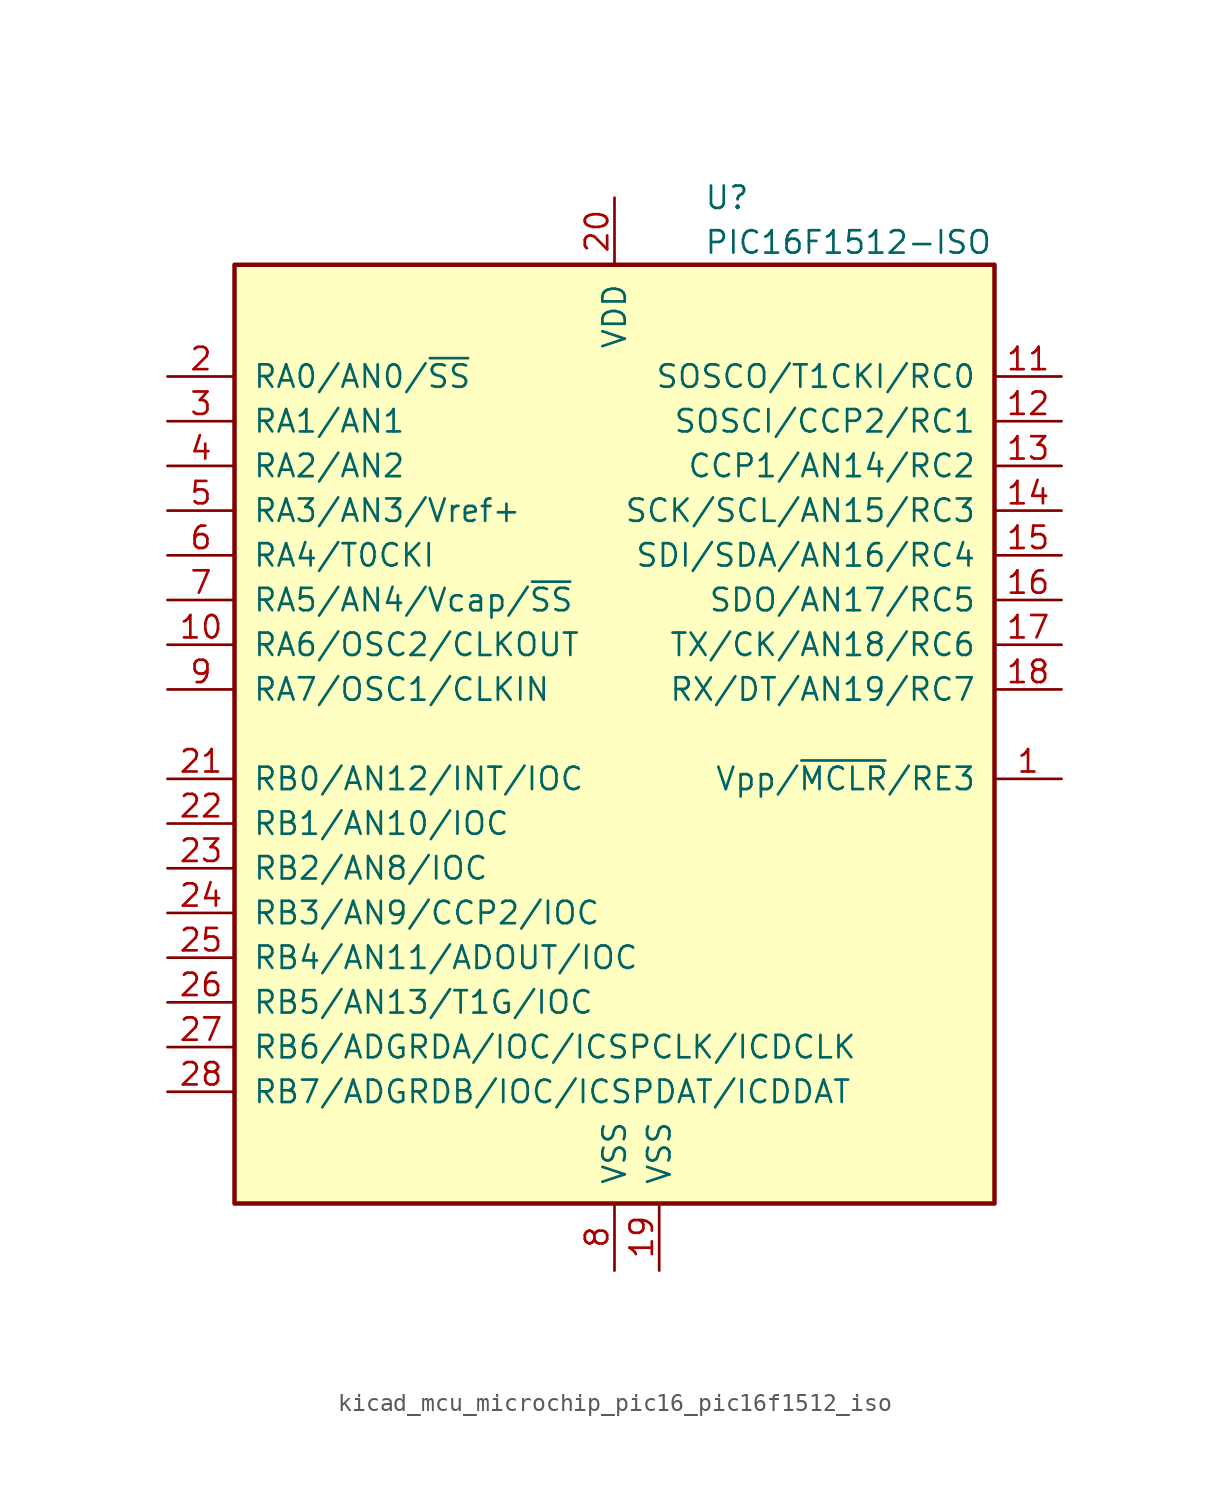
<source format=kicad_sym>
(kicad_symbol_lib
  (version 20220914)
  (generator kicad_symbol_editor)
  (symbol "kicad_mcu_microchip_pic16_pic16f1512_iso"
    (pin_names
      (offset 1.016))
    (property "Reference" "U"
      (at 5.08 30.48 0)
      (effects (font (size 1.27 1.27)) (justify left)))
    (property "Value" "PIC16F1512-ISO"
      (at 5.08 27.94 0)
      (effects (font (size 1.27 1.27)) (justify left)))
    (symbol "kicad_mcu_microchip_pic16_pic16f1512_iso_0_1"
      (rectangle (start -21.59 26.67) (end 21.59 -26.67) (stroke (width 0.254) (type default)) (fill (type background))))
    (symbol "kicad_mcu_microchip_pic16_pic16f1512_iso_1_1"
      (pin input line (at 25.4 -2.54 180) (length 3.81) (name "Vpp/~{MCLR}/RE3" (effects (font (size 1.27 1.27)))) (number "1" (effects (font (size 1.27 1.27)))))
      (pin bidirectional line (at -25.4 5.08 0) (length 3.81) (name "RA6/OSC2/CLKOUT" (effects (font (size 1.27 1.27)))) (number "10" (effects (font (size 1.27 1.27)))))
      (pin bidirectional line (at 25.4 20.32 180) (length 3.81) (name "SOSCO/T1CKI/RC0" (effects (font (size 1.27 1.27)))) (number "11" (effects (font (size 1.27 1.27)))))
      (pin bidirectional line (at 25.4 17.78 180) (length 3.81) (name "SOSCI/CCP2/RC1" (effects (font (size 1.27 1.27)))) (number "12" (effects (font (size 1.27 1.27)))))
      (pin bidirectional line (at 25.4 15.24 180) (length 3.81) (name "CCP1/AN14/RC2" (effects (font (size 1.27 1.27)))) (number "13" (effects (font (size 1.27 1.27)))))
      (pin bidirectional line (at 25.4 12.7 180) (length 3.81) (name "SCK/SCL/AN15/RC3" (effects (font (size 1.27 1.27)))) (number "14" (effects (font (size 1.27 1.27)))))
      (pin bidirectional line (at 25.4 10.16 180) (length 3.81) (name "SDI/SDA/AN16/RC4" (effects (font (size 1.27 1.27)))) (number "15" (effects (font (size 1.27 1.27)))))
      (pin bidirectional line (at 25.4 7.62 180) (length 3.81) (name "SDO/AN17/RC5" (effects (font (size 1.27 1.27)))) (number "16" (effects (font (size 1.27 1.27)))))
      (pin bidirectional line (at 25.4 5.08 180) (length 3.81) (name "TX/CK/AN18/RC6" (effects (font (size 1.27 1.27)))) (number "17" (effects (font (size 1.27 1.27)))))
      (pin bidirectional line (at 25.4 2.54 180) (length 3.81) (name "RX/DT/AN19/RC7" (effects (font (size 1.27 1.27)))) (number "18" (effects (font (size 1.27 1.27)))))
      (pin power_in line (at 2.54 -30.48 90) (length 3.81) (name "VSS" (effects (font (size 1.27 1.27)))) (number "19" (effects (font (size 1.27 1.27)))))
      (pin bidirectional line (at -25.4 20.32 0) (length 3.81) (name "RA0/AN0/~{SS}" (effects (font (size 1.27 1.27)))) (number "2" (effects (font (size 1.27 1.27)))))
      (pin power_in line (at 0 30.48 270) (length 3.81) (name "VDD" (effects (font (size 1.27 1.27)))) (number "20" (effects (font (size 1.27 1.27)))))
      (pin bidirectional line (at -25.4 -2.54 0) (length 3.81) (name "RB0/AN12/INT/IOC" (effects (font (size 1.27 1.27)))) (number "21" (effects (font (size 1.27 1.27)))))
      (pin bidirectional line (at -25.4 -5.08 0) (length 3.81) (name "RB1/AN10/IOC" (effects (font (size 1.27 1.27)))) (number "22" (effects (font (size 1.27 1.27)))))
      (pin bidirectional line (at -25.4 -7.62 0) (length 3.81) (name "RB2/AN8/IOC" (effects (font (size 1.27 1.27)))) (number "23" (effects (font (size 1.27 1.27)))))
      (pin bidirectional line (at -25.4 -10.16 0) (length 3.81) (name "RB3/AN9/CCP2/IOC" (effects (font (size 1.27 1.27)))) (number "24" (effects (font (size 1.27 1.27)))))
      (pin bidirectional line (at -25.4 -12.7 0) (length 3.81) (name "RB4/AN11/ADOUT/IOC" (effects (font (size 1.27 1.27)))) (number "25" (effects (font (size 1.27 1.27)))))
      (pin bidirectional line (at -25.4 -15.24 0) (length 3.81) (name "RB5/AN13/T1G/IOC" (effects (font (size 1.27 1.27)))) (number "26" (effects (font (size 1.27 1.27)))))
      (pin bidirectional line (at -25.4 -17.78 0) (length 3.81) (name "RB6/ADGRDA/IOC/ICSPCLK/ICDCLK" (effects (font (size 1.27 1.27)))) (number "27" (effects (font (size 1.27 1.27)))))
      (pin bidirectional line (at -25.4 -20.32 0) (length 3.81) (name "RB7/ADGRDB/IOC/ICSPDAT/ICDDAT" (effects (font (size 1.27 1.27)))) (number "28" (effects (font (size 1.27 1.27)))))
      (pin bidirectional line (at -25.4 17.78 0) (length 3.81) (name "RA1/AN1" (effects (font (size 1.27 1.27)))) (number "3" (effects (font (size 1.27 1.27)))))
      (pin bidirectional line (at -25.4 15.24 0) (length 3.81) (name "RA2/AN2" (effects (font (size 1.27 1.27)))) (number "4" (effects (font (size 1.27 1.27)))))
      (pin bidirectional line (at -25.4 12.7 0) (length 3.81) (name "RA3/AN3/Vref+" (effects (font (size 1.27 1.27)))) (number "5" (effects (font (size 1.27 1.27)))))
      (pin bidirectional line (at -25.4 10.16 0) (length 3.81) (name "RA4/T0CKI" (effects (font (size 1.27 1.27)))) (number "6" (effects (font (size 1.27 1.27)))))
      (pin bidirectional line (at -25.4 7.62 0) (length 3.81) (name "RA5/AN4/Vcap/~{SS}" (effects (font (size 1.27 1.27)))) (number "7" (effects (font (size 1.27 1.27)))))
      (pin power_in line (at 0 -30.48 90) (length 3.81) (name "VSS" (effects (font (size 1.27 1.27)))) (number "8" (effects (font (size 1.27 1.27)))))
      (pin bidirectional line (at -25.4 2.54 0) (length 3.81) (name "RA7/OSC1/CLKIN" (effects (font (size 1.27 1.27)))) (number "9" (effects (font (size 1.27 1.27))))))))
</source>
